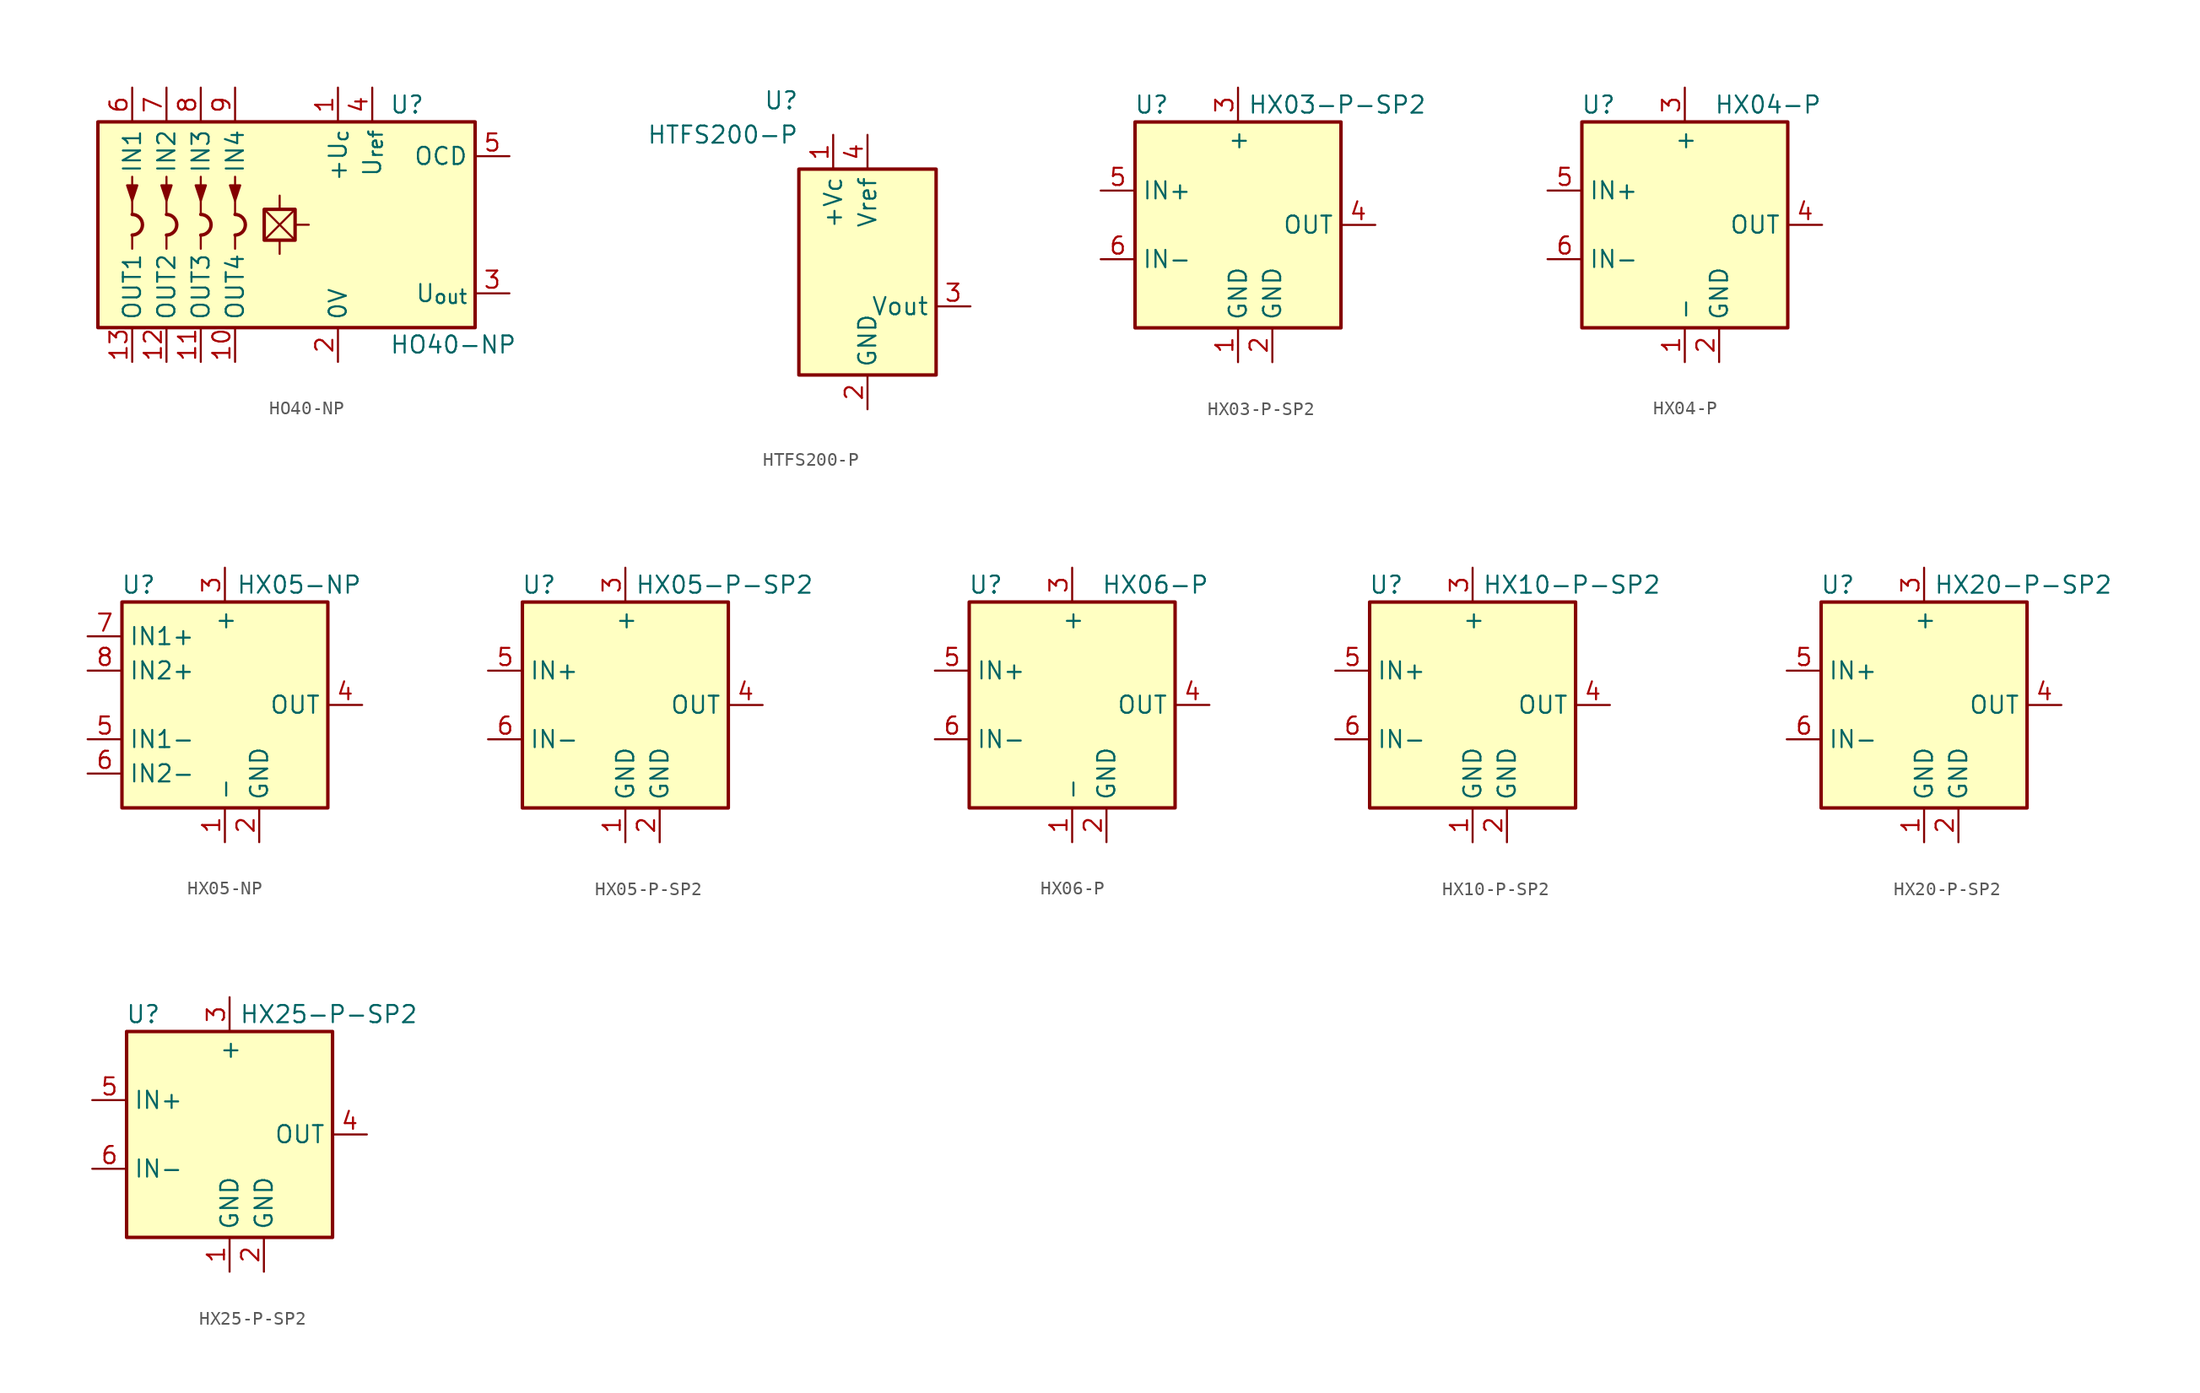
<source format=kicad_sym>
(kicad_symbol_lib
  (version 20241209)
  (generator "kicad_symbol_editor")
  (generator_version "9.0")
  (symbol "HO40-NP"
    (property "Reference" "U"
      (at 6.35 8.89 0)
      (effects (font (size 1.27 1.27)) (justify left)))
    (property "Value" "HO40-NP"
      (at 6.35 -8.89 0)
      (effects (font (size 1.27 1.27)) (justify left)))
    (symbol "HO40-NP_0_1"
      (rectangle (start -15.24 7.62) (end 12.7 -7.62) (stroke (width 0.254) (type default)) (fill (type background)))
      (polyline (pts (xy -12.7 1.778) (xy -12.319 2.921) (xy -13.081 2.921) (xy -12.7 1.778)) (stroke (width 0) (type default)) (fill (type outline)))
      (polyline (pts (xy -12.7 0.762) (xy -12.7 3.556)) (stroke (width 0) (type default)) (fill (type none)))
      (arc (start -12.7 0.762) (mid -11.938 0) (end -12.7 -0.762) (stroke (width 0.254) (type default)) (fill (type none)))
      (polyline (pts (xy -12.7 -0.762) (xy -12.7 -1.778)) (stroke (width 0) (type default)) (fill (type none)))
      (polyline (pts (xy -10.16 1.778) (xy -9.779 2.921) (xy -10.541 2.921) (xy -10.16 1.778)) (stroke (width 0) (type default)) (fill (type outline)))
      (polyline (pts (xy -10.16 0.762) (xy -10.16 3.556)) (stroke (width 0) (type default)) (fill (type none)))
      (arc (start -10.16 0.762) (mid -9.398 0) (end -10.16 -0.762) (stroke (width 0.254) (type default)) (fill (type none)))
      (polyline (pts (xy -10.16 -0.762) (xy -10.16 -1.778)) (stroke (width 0) (type default)) (fill (type none)))
      (polyline (pts (xy -7.62 1.778) (xy -7.239 2.921) (xy -8.001 2.921) (xy -7.62 1.778)) (stroke (width 0) (type default)) (fill (type outline)))
      (polyline (pts (xy -7.62 0.762) (xy -7.62 3.556)) (stroke (width 0) (type default)) (fill (type none)))
      (arc (start -7.62 0.762) (mid -6.858 0) (end -7.62 -0.762) (stroke (width 0.254) (type default)) (fill (type none)))
      (polyline (pts (xy -7.62 -0.762) (xy -7.62 -1.778)) (stroke (width 0) (type default)) (fill (type none)))
      (polyline (pts (xy -5.08 1.778) (xy -4.699 2.921) (xy -5.461 2.921) (xy -5.08 1.778)) (stroke (width 0) (type default)) (fill (type outline)))
      (polyline (pts (xy -5.08 0.762) (xy -5.08 3.556)) (stroke (width 0) (type default)) (fill (type none)))
      (arc (start -5.08 0.762) (mid -4.318 0) (end -5.08 -0.762) (stroke (width 0.254) (type default)) (fill (type none)))
      (polyline (pts (xy -5.08 -0.762) (xy -5.08 -1.778)) (stroke (width 0) (type default)) (fill (type none)))
      (rectangle (start -2.921 1.143) (end -0.635 -1.143) (stroke (width 0.254) (type default)) (fill (type none)))
      (polyline (pts (xy -2.921 1.143) (xy -0.635 -1.143)) (stroke (width 0) (type default)) (fill (type none)))
      (polyline (pts (xy -1.778 1.143) (xy -1.778 2.159)) (stroke (width 0) (type default)) (fill (type none)))
      (polyline (pts (xy -1.778 -2.159) (xy -1.778 -1.143)) (stroke (width 0) (type default)) (fill (type none)))
      (polyline (pts (xy -0.635 1.143) (xy -2.921 -1.143)) (stroke (width 0) (type default)) (fill (type none)))
      (polyline (pts (xy 0.381 0) (xy -0.635 0)) (stroke (width 0) (type default)) (fill (type none))))
    (symbol "HO40-NP_1_1"
      (pin passive line (at -12.7 10.16 270) (length 2.54) (name "IN1" (effects (font (size 1.27 1.27)))) (number "6" (effects (font (size 1.27 1.27)))))
      (pin passive line (at -12.7 -10.16 90) (length 2.54) (name "OUT1" (effects (font (size 1.27 1.27)))) (number "13" (effects (font (size 1.27 1.27)))))
      (pin passive line (at -10.16 10.16 270) (length 2.54) (name "IN2" (effects (font (size 1.27 1.27)))) (number "7" (effects (font (size 1.27 1.27)))))
      (pin passive line (at -10.16 -10.16 90) (length 2.54) (name "OUT2" (effects (font (size 1.27 1.27)))) (number "12" (effects (font (size 1.27 1.27)))))
      (pin passive line (at -7.62 10.16 270) (length 2.54) (name "IN3" (effects (font (size 1.27 1.27)))) (number "8" (effects (font (size 1.27 1.27)))))
      (pin passive line (at -7.62 -10.16 90) (length 2.54) (name "OUT3" (effects (font (size 1.27 1.27)))) (number "11" (effects (font (size 1.27 1.27)))))
      (pin passive line (at -5.08 10.16 270) (length 2.54) (name "IN4" (effects (font (size 1.27 1.27)))) (number "9" (effects (font (size 1.27 1.27)))))
      (pin passive line (at -5.08 -10.16 90) (length 2.54) (name "OUT4" (effects (font (size 1.27 1.27)))) (number "10" (effects (font (size 1.27 1.27)))))
      (pin power_in line (at 2.54 10.16 270) (length 2.54) (name "+U_{c}" (effects (font (size 1.27 1.27)))) (number "1" (effects (font (size 1.27 1.27)))))
      (pin power_in line (at 2.54 -10.16 90) (length 2.54) (name "0V" (effects (font (size 1.27 1.27)))) (number "2" (effects (font (size 1.27 1.27)))))
      (pin bidirectional line (at 5.08 10.16 270) (length 2.54) (name "U_{ref}" (effects (font (size 1.27 1.27)))) (number "4" (effects (font (size 1.27 1.27)))))
      (pin open_collector line (at 15.24 5.08 180) (length 2.54) (name "OCD" (effects (font (size 1.27 1.27)))) (number "5" (effects (font (size 1.27 1.27)))))
      (pin output line (at 15.24 -5.08 180) (length 2.54) (name "U_{out}" (effects (font (size 1.27 1.27)))) (number "3" (effects (font (size 1.27 1.27)))))))
  (symbol "HTFS200-P"
    (property "Reference" "U"
      (at 0 12.7 0)
      (effects (font (size 1.27 1.27)) (justify right)))
    (property "Value" "HTFS200-P"
      (at 0 10.16 0)
      (effects (font (size 1.27 1.27)) (justify right)))
    (symbol "HTFS200-P_0_1"
      (rectangle (start 0 7.62) (end 10.16 -7.62) (stroke (width 0.254) (type default)) (fill (type background))))
    (symbol "HTFS200-P_1_1"
      (pin power_in line (at 2.54 10.16 270) (length 2.54) (name "+Vc" (effects (font (size 1.27 1.27)))) (number "1" (effects (font (size 1.27 1.27)))))
      (pin passive line (at 5.08 10.16 270) (length 2.54) (name "Vref" (effects (font (size 1.27 1.27)))) (number "4" (effects (font (size 1.27 1.27)))))
      (pin power_in line (at 5.08 -10.16 90) (length 2.54) (name "GND" (effects (font (size 1.27 1.27)))) (number "2" (effects (font (size 1.27 1.27)))))
      (pin output line (at 12.7 -2.54 180) (length 2.54) (name "Vout" (effects (font (size 1.27 1.27)))) (number "3" (effects (font (size 1.27 1.27)))))))
  (symbol "HX03-P-SP2"
    (property "Reference" "U"
      (at -5.08 8.89 0)
      (effects (font (size 1.27 1.27)) (justify right)))
    (property "Value" "HX03-P-SP2"
      (at 13.97 8.89 0)
      (effects (font (size 1.27 1.27)) (justify right)))
    (symbol "HX03-P-SP2_0_1"
      (rectangle (start -7.62 7.62) (end 7.62 -7.62) (stroke (width 0.254) (type default)) (fill (type background))))
    (symbol "HX03-P-SP2_1_1"
      (pin passive line (at -10.16 2.54 0) (length 2.54) (name "IN+" (effects (font (size 1.27 1.27)))) (number "5" (effects (font (size 1.27 1.27)))))
      (pin passive line (at -10.16 -2.54 0) (length 2.54) (name "IN-" (effects (font (size 1.27 1.27)))) (number "6" (effects (font (size 1.27 1.27)))))
      (pin power_in line (at 0 10.16 270) (length 2.54) (name "+" (effects (font (size 1.27 1.27)))) (number "3" (effects (font (size 1.27 1.27)))))
      (pin power_in line (at 0 -10.16 90) (length 2.54) (name "GND" (effects (font (size 1.27 1.27)))) (number "1" (effects (font (size 1.27 1.27)))))
      (pin power_in line (at 2.54 -10.16 90) (length 2.54) (name "GND" (effects (font (size 1.27 1.27)))) (number "2" (effects (font (size 1.27 1.27)))))
      (pin output line (at 10.16 0 180) (length 2.54) (name "OUT" (effects (font (size 1.27 1.27)))) (number "4" (effects (font (size 1.27 1.27)))))))
  (symbol "HX04-P"
    (property "Reference" "U"
      (at -5.08 8.89 0)
      (effects (font (size 1.27 1.27)) (justify right)))
    (property "Value" "HX04-P"
      (at 10.16 8.89 0)
      (effects (font (size 1.27 1.27)) (justify right)))
    (symbol "HX04-P_0_1"
      (rectangle (start -7.62 7.62) (end 7.62 -7.62) (stroke (width 0.254) (type default)) (fill (type background))))
    (symbol "HX04-P_1_1"
      (pin passive line (at -10.16 2.54 0) (length 2.54) (name "IN+" (effects (font (size 1.27 1.27)))) (number "5" (effects (font (size 1.27 1.27)))))
      (pin passive line (at -10.16 -2.54 0) (length 2.54) (name "IN-" (effects (font (size 1.27 1.27)))) (number "6" (effects (font (size 1.27 1.27)))))
      (pin power_in line (at 0 10.16 270) (length 2.54) (name "+" (effects (font (size 1.27 1.27)))) (number "3" (effects (font (size 1.27 1.27)))))
      (pin power_in line (at 0 -10.16 90) (length 2.54) (name "-" (effects (font (size 1.27 1.27)))) (number "1" (effects (font (size 1.27 1.27)))))
      (pin power_in line (at 2.54 -10.16 90) (length 2.54) (name "GND" (effects (font (size 1.27 1.27)))) (number "2" (effects (font (size 1.27 1.27)))))
      (pin output line (at 10.16 0 180) (length 2.54) (name "OUT" (effects (font (size 1.27 1.27)))) (number "4" (effects (font (size 1.27 1.27)))))))
  (symbol "HX05-NP"
    (property "Reference" "U"
      (at -5.08 8.89 0)
      (effects (font (size 1.27 1.27)) (justify right)))
    (property "Value" "HX05-NP"
      (at 10.16 8.89 0)
      (effects (font (size 1.27 1.27)) (justify right)))
    (symbol "HX05-NP_0_1"
      (rectangle (start -7.62 7.62) (end 7.62 -7.62) (stroke (width 0.254) (type default)) (fill (type background))))
    (symbol "HX05-NP_1_1"
      (pin passive line (at -10.16 5.08 0) (length 2.54) (name "IN1+" (effects (font (size 1.27 1.27)))) (number "7" (effects (font (size 1.27 1.27)))))
      (pin passive line (at -10.16 2.54 0) (length 2.54) (name "IN2+" (effects (font (size 1.27 1.27)))) (number "8" (effects (font (size 1.27 1.27)))))
      (pin passive line (at -10.16 -2.54 0) (length 2.54) (name "IN1-" (effects (font (size 1.27 1.27)))) (number "5" (effects (font (size 1.27 1.27)))))
      (pin passive line (at -10.16 -5.08 0) (length 2.54) (name "IN2-" (effects (font (size 1.27 1.27)))) (number "6" (effects (font (size 1.27 1.27)))))
      (pin power_in line (at 0 10.16 270) (length 2.54) (name "+" (effects (font (size 1.27 1.27)))) (number "3" (effects (font (size 1.27 1.27)))))
      (pin power_in line (at 0 -10.16 90) (length 2.54) (name "-" (effects (font (size 1.27 1.27)))) (number "1" (effects (font (size 1.27 1.27)))))
      (pin power_in line (at 2.54 -10.16 90) (length 2.54) (name "GND" (effects (font (size 1.27 1.27)))) (number "2" (effects (font (size 1.27 1.27)))))
      (pin output line (at 10.16 0 180) (length 2.54) (name "OUT" (effects (font (size 1.27 1.27)))) (number "4" (effects (font (size 1.27 1.27)))))))
  (symbol "HX05-P-SP2"
    (property "Reference" "U"
      (at -5.08 8.89 0)
      (effects (font (size 1.27 1.27)) (justify right)))
    (property "Value" "HX05-P-SP2"
      (at 13.97 8.89 0)
      (effects (font (size 1.27 1.27)) (justify right)))
    (symbol "HX05-P-SP2_0_1"
      (rectangle (start -7.62 7.62) (end 7.62 -7.62) (stroke (width 0.254) (type default)) (fill (type background))))
    (symbol "HX05-P-SP2_1_1"
      (pin passive line (at -10.16 2.54 0) (length 2.54) (name "IN+" (effects (font (size 1.27 1.27)))) (number "5" (effects (font (size 1.27 1.27)))))
      (pin passive line (at -10.16 -2.54 0) (length 2.54) (name "IN-" (effects (font (size 1.27 1.27)))) (number "6" (effects (font (size 1.27 1.27)))))
      (pin power_in line (at 0 10.16 270) (length 2.54) (name "+" (effects (font (size 1.27 1.27)))) (number "3" (effects (font (size 1.27 1.27)))))
      (pin power_in line (at 0 -10.16 90) (length 2.54) (name "GND" (effects (font (size 1.27 1.27)))) (number "1" (effects (font (size 1.27 1.27)))))
      (pin power_in line (at 2.54 -10.16 90) (length 2.54) (name "GND" (effects (font (size 1.27 1.27)))) (number "2" (effects (font (size 1.27 1.27)))))
      (pin output line (at 10.16 0 180) (length 2.54) (name "OUT" (effects (font (size 1.27 1.27)))) (number "4" (effects (font (size 1.27 1.27)))))))
  (symbol "HX06-P"
    (property "Reference" "U"
      (at -5.08 8.89 0)
      (effects (font (size 1.27 1.27)) (justify right)))
    (property "Value" "HX06-P"
      (at 10.16 8.89 0)
      (effects (font (size 1.27 1.27)) (justify right)))
    (symbol "HX06-P_0_1"
      (rectangle (start -7.62 7.62) (end 7.62 -7.62) (stroke (width 0.254) (type default)) (fill (type background))))
    (symbol "HX06-P_1_1"
      (pin passive line (at -10.16 2.54 0) (length 2.54) (name "IN+" (effects (font (size 1.27 1.27)))) (number "5" (effects (font (size 1.27 1.27)))))
      (pin passive line (at -10.16 -2.54 0) (length 2.54) (name "IN-" (effects (font (size 1.27 1.27)))) (number "6" (effects (font (size 1.27 1.27)))))
      (pin power_in line (at 0 10.16 270) (length 2.54) (name "+" (effects (font (size 1.27 1.27)))) (number "3" (effects (font (size 1.27 1.27)))))
      (pin power_in line (at 0 -10.16 90) (length 2.54) (name "-" (effects (font (size 1.27 1.27)))) (number "1" (effects (font (size 1.27 1.27)))))
      (pin power_in line (at 2.54 -10.16 90) (length 2.54) (name "GND" (effects (font (size 1.27 1.27)))) (number "2" (effects (font (size 1.27 1.27)))))
      (pin output line (at 10.16 0 180) (length 2.54) (name "OUT" (effects (font (size 1.27 1.27)))) (number "4" (effects (font (size 1.27 1.27)))))))
  (symbol "HX10-P-SP2"
    (property "Reference" "U"
      (at -5.08 8.89 0)
      (effects (font (size 1.27 1.27)) (justify right)))
    (property "Value" "HX10-P-SP2"
      (at 13.97 8.89 0)
      (effects (font (size 1.27 1.27)) (justify right)))
    (symbol "HX10-P-SP2_0_1"
      (rectangle (start -7.62 7.62) (end 7.62 -7.62) (stroke (width 0.254) (type default)) (fill (type background))))
    (symbol "HX10-P-SP2_1_1"
      (pin passive line (at -10.16 2.54 0) (length 2.54) (name "IN+" (effects (font (size 1.27 1.27)))) (number "5" (effects (font (size 1.27 1.27)))))
      (pin passive line (at -10.16 -2.54 0) (length 2.54) (name "IN-" (effects (font (size 1.27 1.27)))) (number "6" (effects (font (size 1.27 1.27)))))
      (pin power_in line (at 0 10.16 270) (length 2.54) (name "+" (effects (font (size 1.27 1.27)))) (number "3" (effects (font (size 1.27 1.27)))))
      (pin power_in line (at 0 -10.16 90) (length 2.54) (name "GND" (effects (font (size 1.27 1.27)))) (number "1" (effects (font (size 1.27 1.27)))))
      (pin power_in line (at 2.54 -10.16 90) (length 2.54) (name "GND" (effects (font (size 1.27 1.27)))) (number "2" (effects (font (size 1.27 1.27)))))
      (pin output line (at 10.16 0 180) (length 2.54) (name "OUT" (effects (font (size 1.27 1.27)))) (number "4" (effects (font (size 1.27 1.27)))))))
  (symbol "HX20-P-SP2"
    (property "Reference" "U"
      (at -5.08 8.89 0)
      (effects (font (size 1.27 1.27)) (justify right)))
    (property "Value" "HX20-P-SP2"
      (at 13.97 8.89 0)
      (effects (font (size 1.27 1.27)) (justify right)))
    (symbol "HX20-P-SP2_0_1"
      (rectangle (start -7.62 7.62) (end 7.62 -7.62) (stroke (width 0.254) (type default)) (fill (type background))))
    (symbol "HX20-P-SP2_1_1"
      (pin passive line (at -10.16 2.54 0) (length 2.54) (name "IN+" (effects (font (size 1.27 1.27)))) (number "5" (effects (font (size 1.27 1.27)))))
      (pin passive line (at -10.16 -2.54 0) (length 2.54) (name "IN-" (effects (font (size 1.27 1.27)))) (number "6" (effects (font (size 1.27 1.27)))))
      (pin power_in line (at 0 10.16 270) (length 2.54) (name "+" (effects (font (size 1.27 1.27)))) (number "3" (effects (font (size 1.27 1.27)))))
      (pin power_in line (at 0 -10.16 90) (length 2.54) (name "GND" (effects (font (size 1.27 1.27)))) (number "1" (effects (font (size 1.27 1.27)))))
      (pin power_in line (at 2.54 -10.16 90) (length 2.54) (name "GND" (effects (font (size 1.27 1.27)))) (number "2" (effects (font (size 1.27 1.27)))))
      (pin output line (at 10.16 0 180) (length 2.54) (name "OUT" (effects (font (size 1.27 1.27)))) (number "4" (effects (font (size 1.27 1.27)))))))
  (symbol "HX25-P-SP2"
    (property "Reference" "U"
      (at -5.08 8.89 0)
      (effects (font (size 1.27 1.27)) (justify right)))
    (property "Value" "HX25-P-SP2"
      (at 13.97 8.89 0)
      (effects (font (size 1.27 1.27)) (justify right)))
    (symbol "HX25-P-SP2_0_1"
      (rectangle (start -7.62 7.62) (end 7.62 -7.62) (stroke (width 0.254) (type default)) (fill (type background))))
    (symbol "HX25-P-SP2_1_1"
      (pin passive line (at -10.16 2.54 0) (length 2.54) (name "IN+" (effects (font (size 1.27 1.27)))) (number "5" (effects (font (size 1.27 1.27)))))
      (pin passive line (at -10.16 -2.54 0) (length 2.54) (name "IN-" (effects (font (size 1.27 1.27)))) (number "6" (effects (font (size 1.27 1.27)))))
      (pin power_in line (at 0 10.16 270) (length 2.54) (name "+" (effects (font (size 1.27 1.27)))) (number "3" (effects (font (size 1.27 1.27)))))
      (pin power_in line (at 0 -10.16 90) (length 2.54) (name "GND" (effects (font (size 1.27 1.27)))) (number "1" (effects (font (size 1.27 1.27)))))
      (pin power_in line (at 2.54 -10.16 90) (length 2.54) (name "GND" (effects (font (size 1.27 1.27)))) (number "2" (effects (font (size 1.27 1.27)))))
      (pin output line (at 10.16 0 180) (length 2.54) (name "OUT" (effects (font (size 1.27 1.27)))) (number "4" (effects (font (size 1.27 1.27))))))))
</source>
